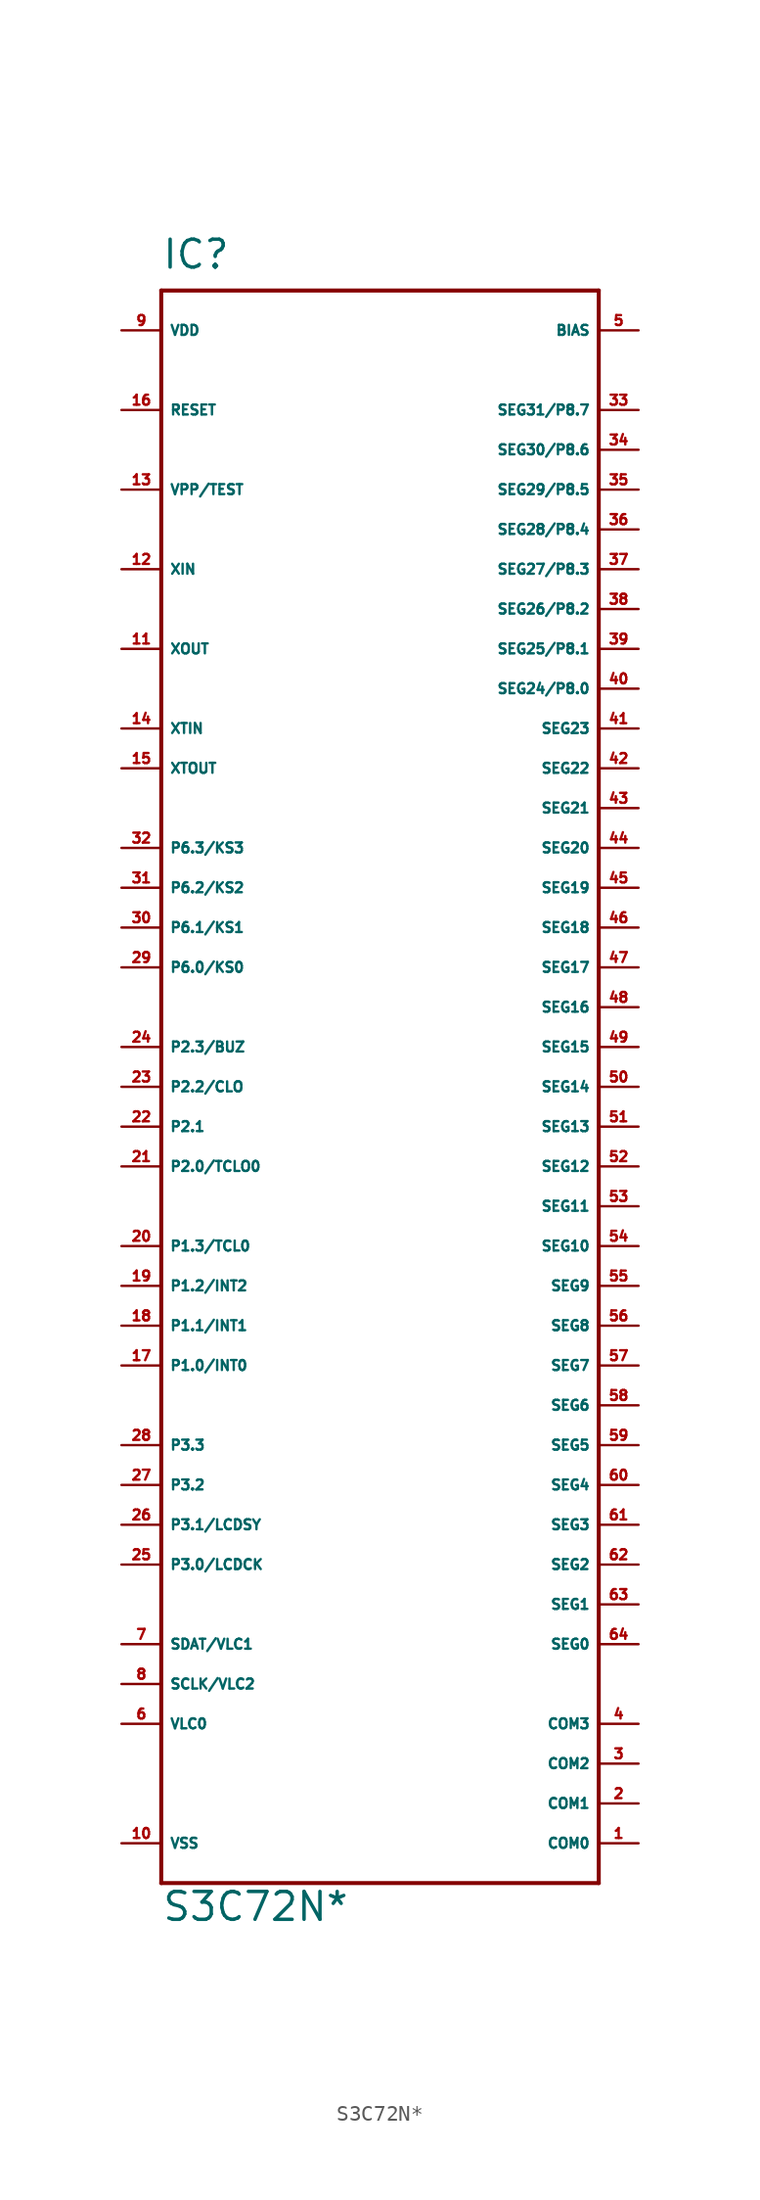
<source format=kicad_sym>
(kicad_symbol_lib
  (version 20220914)
  (generator Eagle2Kicad)
  (symbol "S3C72N*"
    (property "Reference" "IC"
      (at -15.24 49.53 0)
      (effects (font (size 1.778 1.778) (thickness 0.22)) (justify left bottom)))
    (property "Value" "S3C72N*"
      (at -15.24 -55.88 0)
      (effects (font (size 1.778 1.778) (thickness 0.22)) (justify left bottom)))
    (polyline
      (pts (xy -15.24 48.26) (xy 12.7 48.26))
      (stroke (width 0.254) (type default))
      (fill (type none)))
    (polyline
      (pts (xy 12.7 48.26) (xy 12.7 -53.34))
      (stroke (width 0.254) (type default))
      (fill (type none)))
    (polyline
      (pts (xy 12.7 -53.34) (xy -15.24 -53.34))
      (stroke (width 0.254) (type default))
      (fill (type none)))
    (polyline
      (pts (xy -15.24 -53.34) (xy -15.24 48.26))
      (stroke (width 0.254) (type default))
      (fill (type none)))
    (pin output line
      (at 15.24 -50.8 180)
      (length 2.54)
      (name "COM0" (effects (font (size 0.635 0.635) (thickness 0.08)) (justify left bottom)))
      (number "1" (effects (font (size 0.635 0.635) (thickness 0.08)) (justify left bottom))))
    (pin output line
      (at 15.24 -48.26 180)
      (length 2.54)
      (name "COM1" (effects (font (size 0.635 0.635) (thickness 0.08)) (justify left bottom)))
      (number "2" (effects (font (size 0.635 0.635) (thickness 0.08)) (justify left bottom))))
    (pin output line
      (at 15.24 -45.72 180)
      (length 2.54)
      (name "COM2" (effects (font (size 0.635 0.635) (thickness 0.08)) (justify left bottom)))
      (number "3" (effects (font (size 0.635 0.635) (thickness 0.08)) (justify left bottom))))
    (pin output line
      (at 15.24 -43.18 180)
      (length 2.54)
      (name "COM3" (effects (font (size 0.635 0.635) (thickness 0.08)) (justify left bottom)))
      (number "4" (effects (font (size 0.635 0.635) (thickness 0.08)) (justify left bottom))))
    (pin passive line
      (at 15.24 45.72 180)
      (length 2.54)
      (name "BIAS" (effects (font (size 0.635 0.635) (thickness 0.08)) (justify left bottom)))
      (number "5" (effects (font (size 0.635 0.635) (thickness 0.08)) (justify left bottom))))
    (pin passive line
      (at -17.78 -38.1 0)
      (length 2.54)
      (name "SDAT/VLC1" (effects (font (size 0.635 0.635) (thickness 0.08)) (justify left bottom)))
      (number "7" (effects (font (size 0.635 0.635) (thickness 0.08)) (justify left bottom))))
    (pin passive line
      (at -17.78 -40.64 0)
      (length 2.54)
      (name "SCLK/VLC2" (effects (font (size 0.635 0.635) (thickness 0.08)) (justify left bottom)))
      (number "8" (effects (font (size 0.635 0.635) (thickness 0.08)) (justify left bottom))))
    (pin unspecified line
      (at -17.78 45.72 0)
      (length 2.54)
      (name "VDD" (effects (font (size 0.635 0.635) (thickness 0.08)) (justify left bottom)))
      (number "9" (effects (font (size 0.635 0.635) (thickness 0.08)) (justify left bottom))))
    (pin unspecified line
      (at -17.78 -50.8 0)
      (length 2.54)
      (name "VSS" (effects (font (size 0.635 0.635) (thickness 0.08)) (justify left bottom)))
      (number "10" (effects (font (size 0.635 0.635) (thickness 0.08)) (justify left bottom))))
    (pin output line
      (at -17.78 25.4 0)
      (length 2.54)
      (name "XOUT" (effects (font (size 0.635 0.635) (thickness 0.08)) (justify left bottom)))
      (number "11" (effects (font (size 0.635 0.635) (thickness 0.08)) (justify left bottom))))
    (pin input line
      (at -17.78 30.48 0)
      (length 2.54)
      (name "XIN" (effects (font (size 0.635 0.635) (thickness 0.08)) (justify left bottom)))
      (number "12" (effects (font (size 0.635 0.635) (thickness 0.08)) (justify left bottom))))
    (pin input line
      (at -17.78 35.56 0)
      (length 2.54)
      (name "VPP/TEST" (effects (font (size 0.635 0.635) (thickness 0.08)) (justify left bottom)))
      (number "13" (effects (font (size 0.635 0.635) (thickness 0.08)) (justify left bottom))))
    (pin passive line
      (at -17.78 20.32 0)
      (length 2.54)
      (name "XTIN" (effects (font (size 0.635 0.635) (thickness 0.08)) (justify left bottom)))
      (number "14" (effects (font (size 0.635 0.635) (thickness 0.08)) (justify left bottom))))
    (pin output line
      (at -17.78 17.78 0)
      (length 2.54)
      (name "XTOUT" (effects (font (size 0.635 0.635) (thickness 0.08)) (justify left bottom)))
      (number "15" (effects (font (size 0.635 0.635) (thickness 0.08)) (justify left bottom))))
    (pin input line
      (at -17.78 40.64 0)
      (length 2.54)
      (name "RESET" (effects (font (size 0.635 0.635) (thickness 0.08)) (justify left bottom)))
      (number "16" (effects (font (size 0.635 0.635) (thickness 0.08)) (justify left bottom))))
    (pin input line
      (at -17.78 -20.32 0)
      (length 2.54)
      (name "P1.0/INT0" (effects (font (size 0.635 0.635) (thickness 0.08)) (justify left bottom)))
      (number "17" (effects (font (size 0.635 0.635) (thickness 0.08)) (justify left bottom))))
    (pin input line
      (at -17.78 -17.78 0)
      (length 2.54)
      (name "P1.1/INT1" (effects (font (size 0.635 0.635) (thickness 0.08)) (justify left bottom)))
      (number "18" (effects (font (size 0.635 0.635) (thickness 0.08)) (justify left bottom))))
    (pin input line
      (at -17.78 -15.24 0)
      (length 2.54)
      (name "P1.2/INT2" (effects (font (size 0.635 0.635) (thickness 0.08)) (justify left bottom)))
      (number "19" (effects (font (size 0.635 0.635) (thickness 0.08)) (justify left bottom))))
    (pin input line
      (at -17.78 -12.7 0)
      (length 2.54)
      (name "P1.3/TCL0" (effects (font (size 0.635 0.635) (thickness 0.08)) (justify left bottom)))
      (number "20" (effects (font (size 0.635 0.635) (thickness 0.08)) (justify left bottom))))
    (pin bidirectional line
      (at -17.78 -7.62 0)
      (length 2.54)
      (name "P2.0/TCLO0" (effects (font (size 0.635 0.635) (thickness 0.08)) (justify left bottom)))
      (number "21" (effects (font (size 0.635 0.635) (thickness 0.08)) (justify left bottom))))
    (pin bidirectional line
      (at -17.78 -5.08 0)
      (length 2.54)
      (name "P2.1" (effects (font (size 0.635 0.635) (thickness 0.08)) (justify left bottom)))
      (number "22" (effects (font (size 0.635 0.635) (thickness 0.08)) (justify left bottom))))
    (pin bidirectional line
      (at -17.78 0 0)
      (length 2.54)
      (name "P2.3/BUZ" (effects (font (size 0.635 0.635) (thickness 0.08)) (justify left bottom)))
      (number "24" (effects (font (size 0.635 0.635) (thickness 0.08)) (justify left bottom))))
    (pin bidirectional line
      (at -17.78 -33.02 0)
      (length 2.54)
      (name "P3.0/LCDCK" (effects (font (size 0.635 0.635) (thickness 0.08)) (justify left bottom)))
      (number "25" (effects (font (size 0.635 0.635) (thickness 0.08)) (justify left bottom))))
    (pin bidirectional line
      (at -17.78 -30.48 0)
      (length 2.54)
      (name "P3.1/LCDSY" (effects (font (size 0.635 0.635) (thickness 0.08)) (justify left bottom)))
      (number "26" (effects (font (size 0.635 0.635) (thickness 0.08)) (justify left bottom))))
    (pin bidirectional line
      (at -17.78 -27.94 0)
      (length 2.54)
      (name "P3.2" (effects (font (size 0.635 0.635) (thickness 0.08)) (justify left bottom)))
      (number "27" (effects (font (size 0.635 0.635) (thickness 0.08)) (justify left bottom))))
    (pin bidirectional line
      (at -17.78 -25.4 0)
      (length 2.54)
      (name "P3.3" (effects (font (size 0.635 0.635) (thickness 0.08)) (justify left bottom)))
      (number "28" (effects (font (size 0.635 0.635) (thickness 0.08)) (justify left bottom))))
    (pin bidirectional line
      (at -17.78 5.08 0)
      (length 2.54)
      (name "P6.0/KS0" (effects (font (size 0.635 0.635) (thickness 0.08)) (justify left bottom)))
      (number "29" (effects (font (size 0.635 0.635) (thickness 0.08)) (justify left bottom))))
    (pin bidirectional line
      (at -17.78 7.62 0)
      (length 2.54)
      (name "P6.1/KS1" (effects (font (size 0.635 0.635) (thickness 0.08)) (justify left bottom)))
      (number "30" (effects (font (size 0.635 0.635) (thickness 0.08)) (justify left bottom))))
    (pin bidirectional line
      (at -17.78 10.16 0)
      (length 2.54)
      (name "P6.2/KS2" (effects (font (size 0.635 0.635) (thickness 0.08)) (justify left bottom)))
      (number "31" (effects (font (size 0.635 0.635) (thickness 0.08)) (justify left bottom))))
    (pin bidirectional line
      (at -17.78 12.7 0)
      (length 2.54)
      (name "P6.3/KS3" (effects (font (size 0.635 0.635) (thickness 0.08)) (justify left bottom)))
      (number "32" (effects (font (size 0.635 0.635) (thickness 0.08)) (justify left bottom))))
    (pin output line
      (at 15.24 -38.1 180)
      (length 2.54)
      (name "SEG0" (effects (font (size 0.635 0.635) (thickness 0.08)) (justify left bottom)))
      (number "64" (effects (font (size 0.635 0.635) (thickness 0.08)) (justify left bottom))))
    (pin output line
      (at 15.24 -35.56 180)
      (length 2.54)
      (name "SEG1" (effects (font (size 0.635 0.635) (thickness 0.08)) (justify left bottom)))
      (number "63" (effects (font (size 0.635 0.635) (thickness 0.08)) (justify left bottom))))
    (pin output line
      (at 15.24 -33.02 180)
      (length 2.54)
      (name "SEG2" (effects (font (size 0.635 0.635) (thickness 0.08)) (justify left bottom)))
      (number "62" (effects (font (size 0.635 0.635) (thickness 0.08)) (justify left bottom))))
    (pin output line
      (at 15.24 -30.48 180)
      (length 2.54)
      (name "SEG3" (effects (font (size 0.635 0.635) (thickness 0.08)) (justify left bottom)))
      (number "61" (effects (font (size 0.635 0.635) (thickness 0.08)) (justify left bottom))))
    (pin output line
      (at 15.24 -27.94 180)
      (length 2.54)
      (name "SEG4" (effects (font (size 0.635 0.635) (thickness 0.08)) (justify left bottom)))
      (number "60" (effects (font (size 0.635 0.635) (thickness 0.08)) (justify left bottom))))
    (pin output line
      (at 15.24 -25.4 180)
      (length 2.54)
      (name "SEG5" (effects (font (size 0.635 0.635) (thickness 0.08)) (justify left bottom)))
      (number "59" (effects (font (size 0.635 0.635) (thickness 0.08)) (justify left bottom))))
    (pin output line
      (at 15.24 -22.86 180)
      (length 2.54)
      (name "SEG6" (effects (font (size 0.635 0.635) (thickness 0.08)) (justify left bottom)))
      (number "58" (effects (font (size 0.635 0.635) (thickness 0.08)) (justify left bottom))))
    (pin output line
      (at 15.24 -20.32 180)
      (length 2.54)
      (name "SEG7" (effects (font (size 0.635 0.635) (thickness 0.08)) (justify left bottom)))
      (number "57" (effects (font (size 0.635 0.635) (thickness 0.08)) (justify left bottom))))
    (pin output line
      (at 15.24 -17.78 180)
      (length 2.54)
      (name "SEG8" (effects (font (size 0.635 0.635) (thickness 0.08)) (justify left bottom)))
      (number "56" (effects (font (size 0.635 0.635) (thickness 0.08)) (justify left bottom))))
    (pin output line
      (at 15.24 -15.24 180)
      (length 2.54)
      (name "SEG9" (effects (font (size 0.635 0.635) (thickness 0.08)) (justify left bottom)))
      (number "55" (effects (font (size 0.635 0.635) (thickness 0.08)) (justify left bottom))))
    (pin output line
      (at 15.24 -12.7 180)
      (length 2.54)
      (name "SEG10" (effects (font (size 0.635 0.635) (thickness 0.08)) (justify left bottom)))
      (number "54" (effects (font (size 0.635 0.635) (thickness 0.08)) (justify left bottom))))
    (pin output line
      (at 15.24 -10.16 180)
      (length 2.54)
      (name "SEG11" (effects (font (size 0.635 0.635) (thickness 0.08)) (justify left bottom)))
      (number "53" (effects (font (size 0.635 0.635) (thickness 0.08)) (justify left bottom))))
    (pin output line
      (at 15.24 -7.62 180)
      (length 2.54)
      (name "SEG12" (effects (font (size 0.635 0.635) (thickness 0.08)) (justify left bottom)))
      (number "52" (effects (font (size 0.635 0.635) (thickness 0.08)) (justify left bottom))))
    (pin output line
      (at 15.24 -5.08 180)
      (length 2.54)
      (name "SEG13" (effects (font (size 0.635 0.635) (thickness 0.08)) (justify left bottom)))
      (number "51" (effects (font (size 0.635 0.635) (thickness 0.08)) (justify left bottom))))
    (pin output line
      (at 15.24 -2.54 180)
      (length 2.54)
      (name "SEG14" (effects (font (size 0.635 0.635) (thickness 0.08)) (justify left bottom)))
      (number "50" (effects (font (size 0.635 0.635) (thickness 0.08)) (justify left bottom))))
    (pin output line
      (at 15.24 0 180)
      (length 2.54)
      (name "SEG15" (effects (font (size 0.635 0.635) (thickness 0.08)) (justify left bottom)))
      (number "49" (effects (font (size 0.635 0.635) (thickness 0.08)) (justify left bottom))))
    (pin output line
      (at 15.24 2.54 180)
      (length 2.54)
      (name "SEG16" (effects (font (size 0.635 0.635) (thickness 0.08)) (justify left bottom)))
      (number "48" (effects (font (size 0.635 0.635) (thickness 0.08)) (justify left bottom))))
    (pin output line
      (at 15.24 5.08 180)
      (length 2.54)
      (name "SEG17" (effects (font (size 0.635 0.635) (thickness 0.08)) (justify left bottom)))
      (number "47" (effects (font (size 0.635 0.635) (thickness 0.08)) (justify left bottom))))
    (pin output line
      (at 15.24 7.62 180)
      (length 2.54)
      (name "SEG18" (effects (font (size 0.635 0.635) (thickness 0.08)) (justify left bottom)))
      (number "46" (effects (font (size 0.635 0.635) (thickness 0.08)) (justify left bottom))))
    (pin output line
      (at 15.24 10.16 180)
      (length 2.54)
      (name "SEG19" (effects (font (size 0.635 0.635) (thickness 0.08)) (justify left bottom)))
      (number "45" (effects (font (size 0.635 0.635) (thickness 0.08)) (justify left bottom))))
    (pin output line
      (at 15.24 12.7 180)
      (length 2.54)
      (name "SEG20" (effects (font (size 0.635 0.635) (thickness 0.08)) (justify left bottom)))
      (number "44" (effects (font (size 0.635 0.635) (thickness 0.08)) (justify left bottom))))
    (pin output line
      (at 15.24 15.24 180)
      (length 2.54)
      (name "SEG21" (effects (font (size 0.635 0.635) (thickness 0.08)) (justify left bottom)))
      (number "43" (effects (font (size 0.635 0.635) (thickness 0.08)) (justify left bottom))))
    (pin output line
      (at 15.24 17.78 180)
      (length 2.54)
      (name "SEG22" (effects (font (size 0.635 0.635) (thickness 0.08)) (justify left bottom)))
      (number "42" (effects (font (size 0.635 0.635) (thickness 0.08)) (justify left bottom))))
    (pin output line
      (at 15.24 20.32 180)
      (length 2.54)
      (name "SEG23" (effects (font (size 0.635 0.635) (thickness 0.08)) (justify left bottom)))
      (number "41" (effects (font (size 0.635 0.635) (thickness 0.08)) (justify left bottom))))
    (pin output line
      (at 15.24 22.86 180)
      (length 2.54)
      (name "SEG24/P8.0" (effects (font (size 0.635 0.635) (thickness 0.08)) (justify left bottom)))
      (number "40" (effects (font (size 0.635 0.635) (thickness 0.08)) (justify left bottom))))
    (pin output line
      (at 15.24 25.4 180)
      (length 2.54)
      (name "SEG25/P8.1" (effects (font (size 0.635 0.635) (thickness 0.08)) (justify left bottom)))
      (number "39" (effects (font (size 0.635 0.635) (thickness 0.08)) (justify left bottom))))
    (pin output line
      (at 15.24 27.94 180)
      (length 2.54)
      (name "SEG26/P8.2" (effects (font (size 0.635 0.635) (thickness 0.08)) (justify left bottom)))
      (number "38" (effects (font (size 0.635 0.635) (thickness 0.08)) (justify left bottom))))
    (pin output line
      (at 15.24 30.48 180)
      (length 2.54)
      (name "SEG27/P8.3" (effects (font (size 0.635 0.635) (thickness 0.08)) (justify left bottom)))
      (number "37" (effects (font (size 0.635 0.635) (thickness 0.08)) (justify left bottom))))
    (pin output line
      (at 15.24 33.02 180)
      (length 2.54)
      (name "SEG28/P8.4" (effects (font (size 0.635 0.635) (thickness 0.08)) (justify left bottom)))
      (number "36" (effects (font (size 0.635 0.635) (thickness 0.08)) (justify left bottom))))
    (pin output line
      (at 15.24 35.56 180)
      (length 2.54)
      (name "SEG29/P8.5" (effects (font (size 0.635 0.635) (thickness 0.08)) (justify left bottom)))
      (number "35" (effects (font (size 0.635 0.635) (thickness 0.08)) (justify left bottom))))
    (pin output line
      (at 15.24 38.1 180)
      (length 2.54)
      (name "SEG30/P8.6" (effects (font (size 0.635 0.635) (thickness 0.08)) (justify left bottom)))
      (number "34" (effects (font (size 0.635 0.635) (thickness 0.08)) (justify left bottom))))
    (pin output line
      (at 15.24 40.64 180)
      (length 2.54)
      (name "SEG31/P8.7" (effects (font (size 0.635 0.635) (thickness 0.08)) (justify left bottom)))
      (number "33" (effects (font (size 0.635 0.635) (thickness 0.08)) (justify left bottom))))
    (pin bidirectional line
      (at -17.78 -2.54 0)
      (length 2.54)
      (name "P2.2/CLO" (effects (font (size 0.635 0.635) (thickness 0.08)) (justify left bottom)))
      (number "23" (effects (font (size 0.635 0.635) (thickness 0.08)) (justify left bottom))))
    (pin passive line
      (at -17.78 -43.18 0)
      (length 2.54)
      (name "VLC0" (effects (font (size 0.635 0.635) (thickness 0.08)) (justify left bottom)))
      (number "6" (effects (font (size 0.635 0.635) (thickness 0.08)) (justify left bottom))))))
</source>
